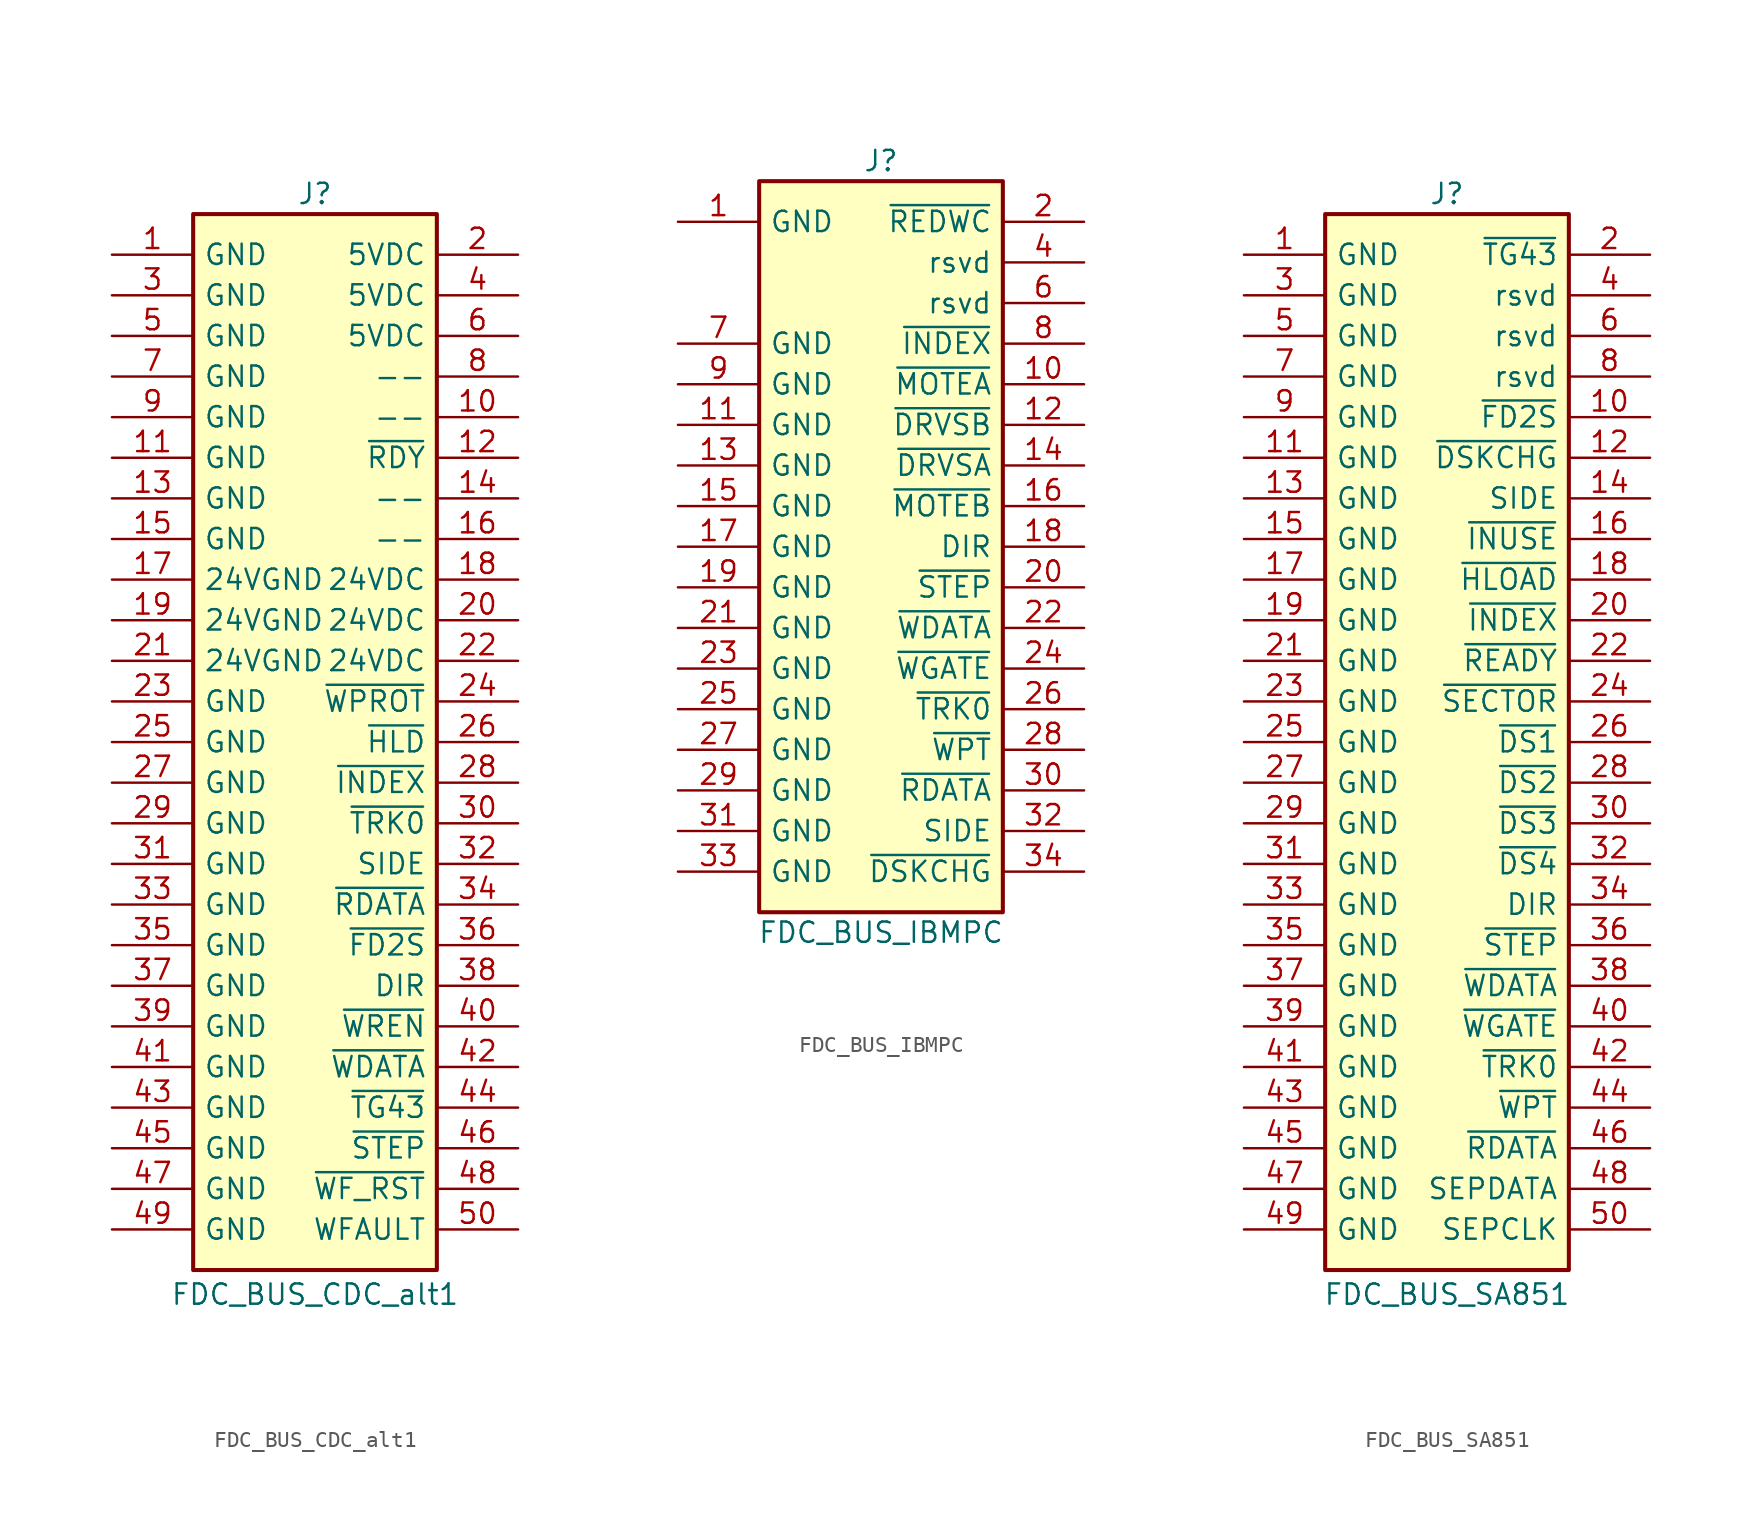
<source format=kicad_sym>
(kicad_symbol_lib
  (version 20231120)
  (generator "kicad_symbol_editor")
  (generator_version "8.0")
  (symbol "FDC_BUS_CDC_alt1"
    (pin_names
      (offset 0.635))
    (property "Reference" "J"
      (at 0 31.75 0)
      (effects (font (size 1.27 1.27))))
    (property "Value" "FDC_BUS_CDC_alt1"
      (at 0 -37.084 0)
      (effects (font (size 1.27 1.27))))
    (symbol "FDC_BUS_CDC_alt1_1_1"
      (rectangle (start -7.62 30.48) (end 7.62 -35.56) (stroke (width 0.254) (type default)) (fill (type background)))
      (pin passive line (at -12.7 27.94 0) (length 5.08) (name "GND" (effects (font (size 1.27 1.27)))) (number "1" (effects (font (size 1.27 1.27)))))
      (pin passive line (at 12.7 17.78 180) (length 5.08) (name "--" (effects (font (size 1.27 1.27)))) (number "10" (effects (font (size 1.27 1.27)))))
      (pin passive line (at -12.7 15.24 0) (length 5.08) (name "GND" (effects (font (size 1.27 1.27)))) (number "11" (effects (font (size 1.27 1.27)))))
      (pin passive line (at 12.7 15.24 180) (length 5.08) (name "~{RDY}" (effects (font (size 1.27 1.27)))) (number "12" (effects (font (size 1.27 1.27)))))
      (pin passive line (at -12.7 12.7 0) (length 5.08) (name "GND" (effects (font (size 1.27 1.27)))) (number "13" (effects (font (size 1.27 1.27)))))
      (pin passive line (at 12.7 12.7 180) (length 5.08) (name "--" (effects (font (size 1.27 1.27)))) (number "14" (effects (font (size 1.27 1.27)))))
      (pin passive line (at -12.7 10.16 0) (length 5.08) (name "GND" (effects (font (size 1.27 1.27)))) (number "15" (effects (font (size 1.27 1.27)))))
      (pin passive line (at 12.7 10.16 180) (length 5.08) (name "--" (effects (font (size 1.27 1.27)))) (number "16" (effects (font (size 1.27 1.27)))))
      (pin passive line (at -12.7 7.62 0) (length 5.08) (name "24VGND" (effects (font (size 1.27 1.27)))) (number "17" (effects (font (size 1.27 1.27)))))
      (pin passive line (at 12.7 7.62 180) (length 5.08) (name "24VDC" (effects (font (size 1.27 1.27)))) (number "18" (effects (font (size 1.27 1.27)))))
      (pin passive line (at -12.7 5.08 0) (length 5.08) (name "24VGND" (effects (font (size 1.27 1.27)))) (number "19" (effects (font (size 1.27 1.27)))))
      (pin passive line (at 12.7 27.94 180) (length 5.08) (name "5VDC" (effects (font (size 1.27 1.27)))) (number "2" (effects (font (size 1.27 1.27)))))
      (pin passive line (at 12.7 5.08 180) (length 5.08) (name "24VDC" (effects (font (size 1.27 1.27)))) (number "20" (effects (font (size 1.27 1.27)))))
      (pin passive line (at -12.7 2.54 0) (length 5.08) (name "24VGND" (effects (font (size 1.27 1.27)))) (number "21" (effects (font (size 1.27 1.27)))))
      (pin passive line (at 12.7 2.54 180) (length 5.08) (name "24VDC" (effects (font (size 1.27 1.27)))) (number "22" (effects (font (size 1.27 1.27)))))
      (pin passive line (at -12.7 0 0) (length 5.08) (name "GND" (effects (font (size 1.27 1.27)))) (number "23" (effects (font (size 1.27 1.27)))))
      (pin passive line (at 12.7 0 180) (length 5.08) (name "~{WPROT}" (effects (font (size 1.27 1.27)))) (number "24" (effects (font (size 1.27 1.27)))))
      (pin passive line (at -12.7 -2.54 0) (length 5.08) (name "GND" (effects (font (size 1.27 1.27)))) (number "25" (effects (font (size 1.27 1.27)))))
      (pin passive line (at 12.7 -2.54 180) (length 5.08) (name "~{HLD}" (effects (font (size 1.27 1.27)))) (number "26" (effects (font (size 1.27 1.27)))))
      (pin passive line (at -12.7 -5.08 0) (length 5.08) (name "GND" (effects (font (size 1.27 1.27)))) (number "27" (effects (font (size 1.27 1.27)))))
      (pin passive line (at 12.7 -5.08 180) (length 5.08) (name "~{INDEX}" (effects (font (size 1.27 1.27)))) (number "28" (effects (font (size 1.27 1.27)))))
      (pin passive line (at -12.7 -7.62 0) (length 5.08) (name "GND" (effects (font (size 1.27 1.27)))) (number "29" (effects (font (size 1.27 1.27)))))
      (pin passive line (at -12.7 25.4 0) (length 5.08) (name "GND" (effects (font (size 1.27 1.27)))) (number "3" (effects (font (size 1.27 1.27)))))
      (pin passive line (at 12.7 -7.62 180) (length 5.08) (name "~{TRK0}" (effects (font (size 1.27 1.27)))) (number "30" (effects (font (size 1.27 1.27)))))
      (pin passive line (at -12.7 -10.16 0) (length 5.08) (name "GND" (effects (font (size 1.27 1.27)))) (number "31" (effects (font (size 1.27 1.27)))))
      (pin passive line (at 12.7 -10.16 180) (length 5.08) (name "SIDE" (effects (font (size 1.27 1.27)))) (number "32" (effects (font (size 1.27 1.27)))))
      (pin passive line (at -12.7 -12.7 0) (length 5.08) (name "GND" (effects (font (size 1.27 1.27)))) (number "33" (effects (font (size 1.27 1.27)))))
      (pin passive line (at 12.7 -12.7 180) (length 5.08) (name "~{RDATA}" (effects (font (size 1.27 1.27)))) (number "34" (effects (font (size 1.27 1.27)))))
      (pin passive line (at -12.7 -15.24 0) (length 5.08) (name "GND" (effects (font (size 1.27 1.27)))) (number "35" (effects (font (size 1.27 1.27)))))
      (pin passive line (at 12.7 -15.24 180) (length 5.08) (name "~{FD2S}" (effects (font (size 1.27 1.27)))) (number "36" (effects (font (size 1.27 1.27)))))
      (pin passive line (at -12.7 -17.78 0) (length 5.08) (name "GND" (effects (font (size 1.27 1.27)))) (number "37" (effects (font (size 1.27 1.27)))))
      (pin passive line (at 12.7 -17.78 180) (length 5.08) (name "DIR" (effects (font (size 1.27 1.27)))) (number "38" (effects (font (size 1.27 1.27)))))
      (pin passive line (at -12.7 -20.32 0) (length 5.08) (name "GND" (effects (font (size 1.27 1.27)))) (number "39" (effects (font (size 1.27 1.27)))))
      (pin passive line (at 12.7 25.4 180) (length 5.08) (name "5VDC" (effects (font (size 1.27 1.27)))) (number "4" (effects (font (size 1.27 1.27)))))
      (pin passive line (at 12.7 -20.32 180) (length 5.08) (name "~{WREN}" (effects (font (size 1.27 1.27)))) (number "40" (effects (font (size 1.27 1.27)))))
      (pin passive line (at -12.7 -22.86 0) (length 5.08) (name "GND" (effects (font (size 1.27 1.27)))) (number "41" (effects (font (size 1.27 1.27)))))
      (pin passive line (at 12.7 -22.86 180) (length 5.08) (name "~{WDATA}" (effects (font (size 1.27 1.27)))) (number "42" (effects (font (size 1.27 1.27)))))
      (pin passive line (at -12.7 -25.4 0) (length 5.08) (name "GND" (effects (font (size 1.27 1.27)))) (number "43" (effects (font (size 1.27 1.27)))))
      (pin passive line (at 12.7 -25.4 180) (length 5.08) (name "~{TG43}" (effects (font (size 1.27 1.27)))) (number "44" (effects (font (size 1.27 1.27)))))
      (pin passive line (at -12.7 -27.94 0) (length 5.08) (name "GND" (effects (font (size 1.27 1.27)))) (number "45" (effects (font (size 1.27 1.27)))))
      (pin passive line (at 12.7 -27.94 180) (length 5.08) (name "~{STEP}" (effects (font (size 1.27 1.27)))) (number "46" (effects (font (size 1.27 1.27)))))
      (pin passive line (at -12.7 -30.48 0) (length 5.08) (name "GND" (effects (font (size 1.27 1.27)))) (number "47" (effects (font (size 1.27 1.27)))))
      (pin passive line (at 12.7 -30.48 180) (length 5.08) (name "~{WF_RST}" (effects (font (size 1.27 1.27)))) (number "48" (effects (font (size 1.27 1.27)))))
      (pin passive line (at -12.7 -33.02 0) (length 5.08) (name "GND" (effects (font (size 1.27 1.27)))) (number "49" (effects (font (size 1.27 1.27)))))
      (pin passive line (at -12.7 22.86 0) (length 5.08) (name "GND" (effects (font (size 1.27 1.27)))) (number "5" (effects (font (size 1.27 1.27)))))
      (pin passive line (at 12.7 -33.02 180) (length 5.08) (name "WFAULT" (effects (font (size 1.27 1.27)))) (number "50" (effects (font (size 1.27 1.27)))))
      (pin passive line (at 12.7 22.86 180) (length 5.08) (name "5VDC" (effects (font (size 1.27 1.27)))) (number "6" (effects (font (size 1.27 1.27)))))
      (pin passive line (at -12.7 20.32 0) (length 5.08) (name "GND" (effects (font (size 1.27 1.27)))) (number "7" (effects (font (size 1.27 1.27)))))
      (pin passive line (at 12.7 20.32 180) (length 5.08) (name "--" (effects (font (size 1.27 1.27)))) (number "8" (effects (font (size 1.27 1.27)))))
      (pin passive line (at -12.7 17.78 0) (length 5.08) (name "GND" (effects (font (size 1.27 1.27)))) (number "9" (effects (font (size 1.27 1.27)))))))
  (symbol "FDC_BUS_IBMPC"
    (pin_names
      (offset 0.635))
    (property "Reference" "J"
      (at 0 24.13 0)
      (effects (font (size 1.27 1.27))))
    (property "Value" "FDC_BUS_IBMPC"
      (at 0 -24.13 0)
      (effects (font (size 1.27 1.27))))
    (symbol "FDC_BUS_IBMPC_1_1"
      (rectangle (start -7.62 22.86) (end 7.62 -22.86) (stroke (width 0.254) (type default)) (fill (type background)))
      (pin passive line (at -12.7 20.32 0) (length 5.08) (name "GND" (effects (font (size 1.27 1.27)))) (number "1" (effects (font (size 1.27 1.27)))))
      (pin passive line (at 12.7 10.16 180) (length 5.08) (name "~{MOTEA}" (effects (font (size 1.27 1.27)))) (number "10" (effects (font (size 1.27 1.27)))))
      (pin passive line (at -12.7 7.62 0) (length 5.08) (name "GND" (effects (font (size 1.27 1.27)))) (number "11" (effects (font (size 1.27 1.27)))))
      (pin passive line (at 12.7 7.62 180) (length 5.08) (name "~{DRVSB}" (effects (font (size 1.27 1.27)))) (number "12" (effects (font (size 1.27 1.27)))))
      (pin passive line (at -12.7 5.08 0) (length 5.08) (name "GND" (effects (font (size 1.27 1.27)))) (number "13" (effects (font (size 1.27 1.27)))))
      (pin passive line (at 12.7 5.08 180) (length 5.08) (name "~{DRVSA}" (effects (font (size 1.27 1.27)))) (number "14" (effects (font (size 1.27 1.27)))))
      (pin passive line (at -12.7 2.54 0) (length 5.08) (name "GND" (effects (font (size 1.27 1.27)))) (number "15" (effects (font (size 1.27 1.27)))))
      (pin passive line (at 12.7 2.54 180) (length 5.08) (name "~{MOTEB}" (effects (font (size 1.27 1.27)))) (number "16" (effects (font (size 1.27 1.27)))))
      (pin passive line (at -12.7 0 0) (length 5.08) (name "GND" (effects (font (size 1.27 1.27)))) (number "17" (effects (font (size 1.27 1.27)))))
      (pin passive line (at 12.7 0 180) (length 5.08) (name "DIR" (effects (font (size 1.27 1.27)))) (number "18" (effects (font (size 1.27 1.27)))))
      (pin passive line (at -12.7 -2.54 0) (length 5.08) (name "GND" (effects (font (size 1.27 1.27)))) (number "19" (effects (font (size 1.27 1.27)))))
      (pin passive line (at 12.7 20.32 180) (length 5.08) (name "~{REDWC}" (effects (font (size 1.27 1.27)))) (number "2" (effects (font (size 1.27 1.27)))))
      (pin passive line (at 12.7 -2.54 180) (length 5.08) (name "~{STEP}" (effects (font (size 1.27 1.27)))) (number "20" (effects (font (size 1.27 1.27)))))
      (pin passive line (at -12.7 -5.08 0) (length 5.08) (name "GND" (effects (font (size 1.27 1.27)))) (number "21" (effects (font (size 1.27 1.27)))))
      (pin passive line (at 12.7 -5.08 180) (length 5.08) (name "~{WDATA}" (effects (font (size 1.27 1.27)))) (number "22" (effects (font (size 1.27 1.27)))))
      (pin passive line (at -12.7 -7.62 0) (length 5.08) (name "GND" (effects (font (size 1.27 1.27)))) (number "23" (effects (font (size 1.27 1.27)))))
      (pin passive line (at 12.7 -7.62 180) (length 5.08) (name "~{WGATE}" (effects (font (size 1.27 1.27)))) (number "24" (effects (font (size 1.27 1.27)))))
      (pin passive line (at -12.7 -10.16 0) (length 5.08) (name "GND" (effects (font (size 1.27 1.27)))) (number "25" (effects (font (size 1.27 1.27)))))
      (pin passive line (at 12.7 -10.16 180) (length 5.08) (name "~{TRK0}" (effects (font (size 1.27 1.27)))) (number "26" (effects (font (size 1.27 1.27)))))
      (pin passive line (at -12.7 -12.7 0) (length 5.08) (name "GND" (effects (font (size 1.27 1.27)))) (number "27" (effects (font (size 1.27 1.27)))))
      (pin passive line (at 12.7 -12.7 180) (length 5.08) (name "~{WPT}" (effects (font (size 1.27 1.27)))) (number "28" (effects (font (size 1.27 1.27)))))
      (pin passive line (at -12.7 -15.24 0) (length 5.08) (name "GND" (effects (font (size 1.27 1.27)))) (number "29" (effects (font (size 1.27 1.27)))))
      (pin passive line (at 12.7 -15.24 180) (length 5.08) (name "~{RDATA}" (effects (font (size 1.27 1.27)))) (number "30" (effects (font (size 1.27 1.27)))))
      (pin passive line (at -12.7 -17.78 0) (length 5.08) (name "GND" (effects (font (size 1.27 1.27)))) (number "31" (effects (font (size 1.27 1.27)))))
      (pin passive line (at 12.7 -17.78 180) (length 5.08) (name "SIDE" (effects (font (size 1.27 1.27)))) (number "32" (effects (font (size 1.27 1.27)))))
      (pin passive line (at -12.7 -20.32 0) (length 5.08) (name "GND" (effects (font (size 1.27 1.27)))) (number "33" (effects (font (size 1.27 1.27)))))
      (pin passive line (at 12.7 -20.32 180) (length 5.08) (name "~{DSKCHG}" (effects (font (size 1.27 1.27)))) (number "34" (effects (font (size 1.27 1.27)))))
      (pin passive line (at 12.7 17.78 180) (length 5.08) (name "rsvd" (effects (font (size 1.27 1.27)))) (number "4" (effects (font (size 1.27 1.27)))))
      (pin passive line (at 12.7 15.24 180) (length 5.08) (name "rsvd" (effects (font (size 1.27 1.27)))) (number "6" (effects (font (size 1.27 1.27)))))
      (pin passive line (at -12.7 12.7 0) (length 5.08) (name "GND" (effects (font (size 1.27 1.27)))) (number "7" (effects (font (size 1.27 1.27)))))
      (pin passive line (at 12.7 12.7 180) (length 5.08) (name "~{INDEX}" (effects (font (size 1.27 1.27)))) (number "8" (effects (font (size 1.27 1.27)))))
      (pin passive line (at -12.7 10.16 0) (length 5.08) (name "GND" (effects (font (size 1.27 1.27)))) (number "9" (effects (font (size 1.27 1.27)))))))
  (symbol "FDC_BUS_SA851"
    (pin_names
      (offset 0.635))
    (property "Reference" "J"
      (at 0 31.75 0)
      (effects (font (size 1.27 1.27))))
    (property "Value" "FDC_BUS_SA851"
      (at 0 -37.084 0)
      (effects (font (size 1.27 1.27))))
    (symbol "FDC_BUS_SA851_1_1"
      (rectangle (start -7.62 30.48) (end 7.62 -35.56) (stroke (width 0.254) (type default)) (fill (type background)))
      (pin passive line (at -12.7 27.94 0) (length 5.08) (name "GND" (effects (font (size 1.27 1.27)))) (number "1" (effects (font (size 1.27 1.27)))))
      (pin passive line (at 12.7 17.78 180) (length 5.08) (name "~{FD2S}" (effects (font (size 1.27 1.27)))) (number "10" (effects (font (size 1.27 1.27)))))
      (pin passive line (at -12.7 15.24 0) (length 5.08) (name "GND" (effects (font (size 1.27 1.27)))) (number "11" (effects (font (size 1.27 1.27)))))
      (pin passive line (at 12.7 15.24 180) (length 5.08) (name "~{DSKCHG}" (effects (font (size 1.27 1.27)))) (number "12" (effects (font (size 1.27 1.27)))))
      (pin passive line (at -12.7 12.7 0) (length 5.08) (name "GND" (effects (font (size 1.27 1.27)))) (number "13" (effects (font (size 1.27 1.27)))))
      (pin passive line (at 12.7 12.7 180) (length 5.08) (name "SIDE" (effects (font (size 1.27 1.27)))) (number "14" (effects (font (size 1.27 1.27)))))
      (pin passive line (at -12.7 10.16 0) (length 5.08) (name "GND" (effects (font (size 1.27 1.27)))) (number "15" (effects (font (size 1.27 1.27)))))
      (pin passive line (at 12.7 10.16 180) (length 5.08) (name "~{INUSE}" (effects (font (size 1.27 1.27)))) (number "16" (effects (font (size 1.27 1.27)))))
      (pin passive line (at -12.7 7.62 0) (length 5.08) (name "GND" (effects (font (size 1.27 1.27)))) (number "17" (effects (font (size 1.27 1.27)))))
      (pin passive line (at 12.7 7.62 180) (length 5.08) (name "~{HLOAD}" (effects (font (size 1.27 1.27)))) (number "18" (effects (font (size 1.27 1.27)))))
      (pin passive line (at -12.7 5.08 0) (length 5.08) (name "GND" (effects (font (size 1.27 1.27)))) (number "19" (effects (font (size 1.27 1.27)))))
      (pin passive line (at 12.7 27.94 180) (length 5.08) (name "~{TG43}" (effects (font (size 1.27 1.27)))) (number "2" (effects (font (size 1.27 1.27)))))
      (pin passive line (at 12.7 5.08 180) (length 5.08) (name "~{INDEX}" (effects (font (size 1.27 1.27)))) (number "20" (effects (font (size 1.27 1.27)))))
      (pin passive line (at -12.7 2.54 0) (length 5.08) (name "GND" (effects (font (size 1.27 1.27)))) (number "21" (effects (font (size 1.27 1.27)))))
      (pin passive line (at 12.7 2.54 180) (length 5.08) (name "~{READY}" (effects (font (size 1.27 1.27)))) (number "22" (effects (font (size 1.27 1.27)))))
      (pin passive line (at -12.7 0 0) (length 5.08) (name "GND" (effects (font (size 1.27 1.27)))) (number "23" (effects (font (size 1.27 1.27)))))
      (pin passive line (at 12.7 0 180) (length 5.08) (name "~{SECTOR}" (effects (font (size 1.27 1.27)))) (number "24" (effects (font (size 1.27 1.27)))))
      (pin passive line (at -12.7 -2.54 0) (length 5.08) (name "GND" (effects (font (size 1.27 1.27)))) (number "25" (effects (font (size 1.27 1.27)))))
      (pin passive line (at 12.7 -2.54 180) (length 5.08) (name "~{DS1}" (effects (font (size 1.27 1.27)))) (number "26" (effects (font (size 1.27 1.27)))))
      (pin passive line (at -12.7 -5.08 0) (length 5.08) (name "GND" (effects (font (size 1.27 1.27)))) (number "27" (effects (font (size 1.27 1.27)))))
      (pin passive line (at 12.7 -5.08 180) (length 5.08) (name "~{DS2}" (effects (font (size 1.27 1.27)))) (number "28" (effects (font (size 1.27 1.27)))))
      (pin passive line (at -12.7 -7.62 0) (length 5.08) (name "GND" (effects (font (size 1.27 1.27)))) (number "29" (effects (font (size 1.27 1.27)))))
      (pin passive line (at -12.7 25.4 0) (length 5.08) (name "GND" (effects (font (size 1.27 1.27)))) (number "3" (effects (font (size 1.27 1.27)))))
      (pin passive line (at 12.7 -7.62 180) (length 5.08) (name "~{DS3}" (effects (font (size 1.27 1.27)))) (number "30" (effects (font (size 1.27 1.27)))))
      (pin passive line (at -12.7 -10.16 0) (length 5.08) (name "GND" (effects (font (size 1.27 1.27)))) (number "31" (effects (font (size 1.27 1.27)))))
      (pin passive line (at 12.7 -10.16 180) (length 5.08) (name "~{DS4}" (effects (font (size 1.27 1.27)))) (number "32" (effects (font (size 1.27 1.27)))))
      (pin passive line (at -12.7 -12.7 0) (length 5.08) (name "GND" (effects (font (size 1.27 1.27)))) (number "33" (effects (font (size 1.27 1.27)))))
      (pin passive line (at 12.7 -12.7 180) (length 5.08) (name "DIR" (effects (font (size 1.27 1.27)))) (number "34" (effects (font (size 1.27 1.27)))))
      (pin passive line (at -12.7 -15.24 0) (length 5.08) (name "GND" (effects (font (size 1.27 1.27)))) (number "35" (effects (font (size 1.27 1.27)))))
      (pin passive line (at 12.7 -15.24 180) (length 5.08) (name "~{STEP}" (effects (font (size 1.27 1.27)))) (number "36" (effects (font (size 1.27 1.27)))))
      (pin passive line (at -12.7 -17.78 0) (length 5.08) (name "GND" (effects (font (size 1.27 1.27)))) (number "37" (effects (font (size 1.27 1.27)))))
      (pin passive line (at 12.7 -17.78 180) (length 5.08) (name "~{WDATA}" (effects (font (size 1.27 1.27)))) (number "38" (effects (font (size 1.27 1.27)))))
      (pin passive line (at -12.7 -20.32 0) (length 5.08) (name "GND" (effects (font (size 1.27 1.27)))) (number "39" (effects (font (size 1.27 1.27)))))
      (pin passive line (at 12.7 25.4 180) (length 5.08) (name "rsvd" (effects (font (size 1.27 1.27)))) (number "4" (effects (font (size 1.27 1.27)))))
      (pin passive line (at 12.7 -20.32 180) (length 5.08) (name "~{WGATE}" (effects (font (size 1.27 1.27)))) (number "40" (effects (font (size 1.27 1.27)))))
      (pin passive line (at -12.7 -22.86 0) (length 5.08) (name "GND" (effects (font (size 1.27 1.27)))) (number "41" (effects (font (size 1.27 1.27)))))
      (pin passive line (at 12.7 -22.86 180) (length 5.08) (name "~{TRK0}" (effects (font (size 1.27 1.27)))) (number "42" (effects (font (size 1.27 1.27)))))
      (pin passive line (at -12.7 -25.4 0) (length 5.08) (name "GND" (effects (font (size 1.27 1.27)))) (number "43" (effects (font (size 1.27 1.27)))))
      (pin passive line (at 12.7 -25.4 180) (length 5.08) (name "~{WPT}" (effects (font (size 1.27 1.27)))) (number "44" (effects (font (size 1.27 1.27)))))
      (pin passive line (at -12.7 -27.94 0) (length 5.08) (name "GND" (effects (font (size 1.27 1.27)))) (number "45" (effects (font (size 1.27 1.27)))))
      (pin passive line (at 12.7 -27.94 180) (length 5.08) (name "~{RDATA}" (effects (font (size 1.27 1.27)))) (number "46" (effects (font (size 1.27 1.27)))))
      (pin passive line (at -12.7 -30.48 0) (length 5.08) (name "GND" (effects (font (size 1.27 1.27)))) (number "47" (effects (font (size 1.27 1.27)))))
      (pin passive line (at 12.7 -30.48 180) (length 5.08) (name "SEPDATA" (effects (font (size 1.27 1.27)))) (number "48" (effects (font (size 1.27 1.27)))))
      (pin passive line (at -12.7 -33.02 0) (length 5.08) (name "GND" (effects (font (size 1.27 1.27)))) (number "49" (effects (font (size 1.27 1.27)))))
      (pin passive line (at -12.7 22.86 0) (length 5.08) (name "GND" (effects (font (size 1.27 1.27)))) (number "5" (effects (font (size 1.27 1.27)))))
      (pin passive line (at 12.7 -33.02 180) (length 5.08) (name "SEPCLK" (effects (font (size 1.27 1.27)))) (number "50" (effects (font (size 1.27 1.27)))))
      (pin passive line (at 12.7 22.86 180) (length 5.08) (name "rsvd" (effects (font (size 1.27 1.27)))) (number "6" (effects (font (size 1.27 1.27)))))
      (pin passive line (at -12.7 20.32 0) (length 5.08) (name "GND" (effects (font (size 1.27 1.27)))) (number "7" (effects (font (size 1.27 1.27)))))
      (pin passive line (at 12.7 20.32 180) (length 5.08) (name "rsvd" (effects (font (size 1.27 1.27)))) (number "8" (effects (font (size 1.27 1.27)))))
      (pin passive line (at -12.7 17.78 0) (length 5.08) (name "GND" (effects (font (size 1.27 1.27)))) (number "9" (effects (font (size 1.27 1.27))))))))
</source>
